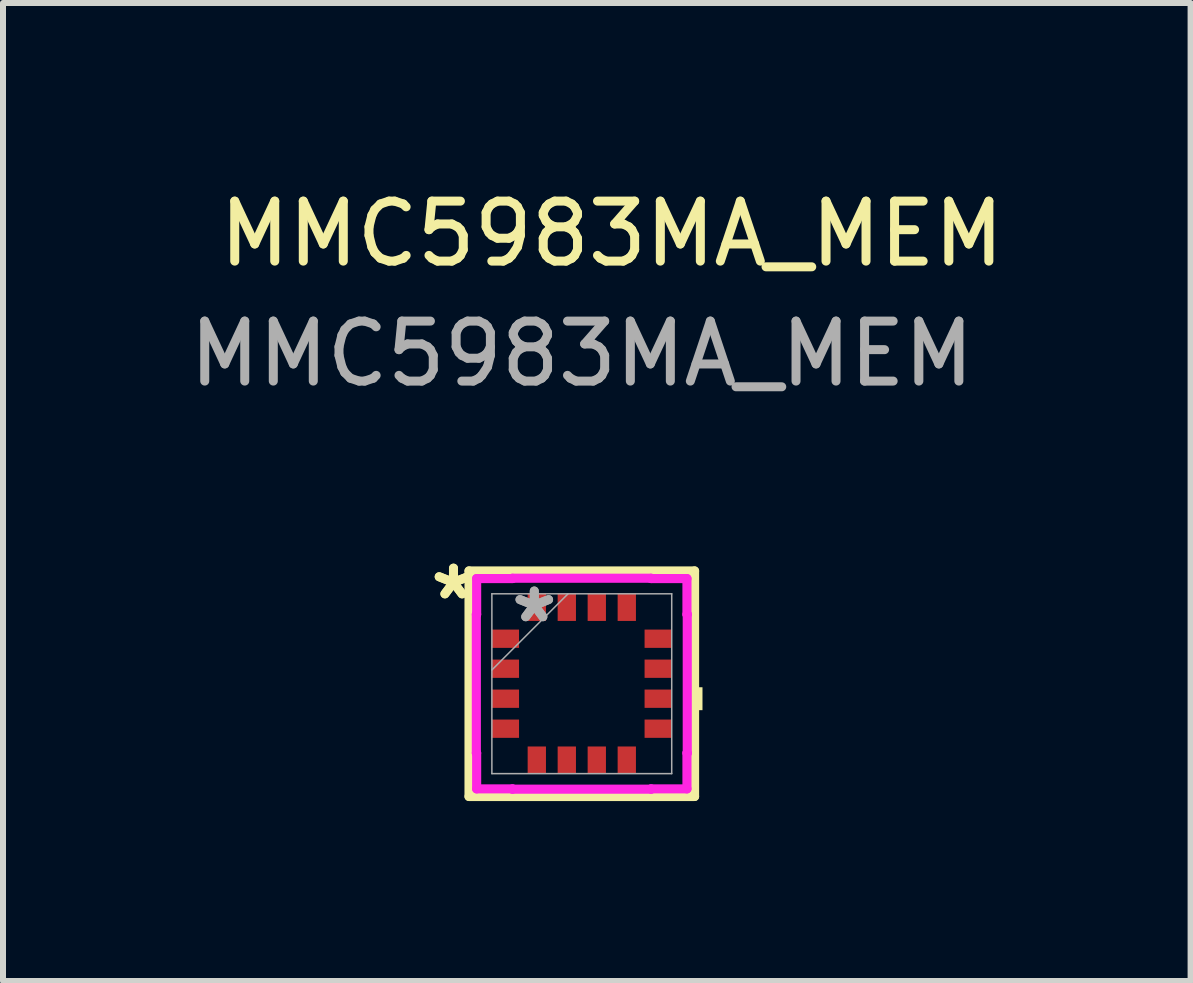
<source format=kicad_pcb>
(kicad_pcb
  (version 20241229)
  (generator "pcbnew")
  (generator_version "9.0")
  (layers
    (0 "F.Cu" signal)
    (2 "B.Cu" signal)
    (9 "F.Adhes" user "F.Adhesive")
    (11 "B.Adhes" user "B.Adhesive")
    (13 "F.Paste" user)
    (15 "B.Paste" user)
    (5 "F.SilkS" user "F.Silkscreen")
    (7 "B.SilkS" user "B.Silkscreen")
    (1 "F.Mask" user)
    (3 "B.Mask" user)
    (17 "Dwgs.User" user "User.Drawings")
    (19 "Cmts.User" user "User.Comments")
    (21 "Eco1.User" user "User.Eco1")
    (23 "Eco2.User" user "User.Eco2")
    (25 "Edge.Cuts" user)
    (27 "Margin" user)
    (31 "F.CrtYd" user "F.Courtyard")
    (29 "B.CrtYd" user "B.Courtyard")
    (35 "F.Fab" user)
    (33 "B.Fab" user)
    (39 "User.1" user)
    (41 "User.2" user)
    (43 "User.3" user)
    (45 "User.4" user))
  (footprint "MMC5983MA_MEM"
    (layer "F.Cu")
    (at 6.649 8.348)
    (property "Reference" "MMC5983MA_MEM" (at 0.5 -7.5 0) (unlocked yes) (layer "F.SilkS") (effects (font (size 1 1) (thickness 0.15))))
    (attr smd)
    (fp_line (start -1.88 -1.88) (end -1.88 1.88) (stroke (width 0.152) (type solid)) (layer "F.SilkS"))
    (fp_line (start -1.88 1.88) (end 1.88 1.88) (stroke (width 0.152) (type solid)) (layer "F.SilkS"))
    (fp_line (start 1.88 -1.88) (end -1.88 -1.88) (stroke (width 0.152) (type solid)) (layer "F.SilkS"))
    (fp_line (start 1.88 1.88) (end 1.88 -1.88) (stroke (width 0.152) (type solid)) (layer "F.SilkS"))
    (fp_poly (pts (xy 2.012 0.059) (xy 2.012 0.441) (xy 1.758 0.441) (xy 1.758 0.059)) (stroke (width 0) (type solid)) (fill yes) (layer "F.SilkS"))
    (fp_line (start -1.758 -1.156) (end -1.753 -1.156) (stroke (width 0.152) (type solid)) (layer "F.CrtYd"))
    (fp_line (start -1.758 1.156) (end -1.758 -1.156) (stroke (width 0.152) (type solid)) (layer "F.CrtYd"))
    (fp_line (start -1.753 -1.753) (end -1.156 -1.753) (stroke (width 0.152) (type solid)) (layer "F.CrtYd"))
    (fp_line (start -1.753 -1.156) (end -1.753 -1.753) (stroke (width 0.152) (type solid)) (layer "F.CrtYd"))
    (fp_line (start -1.753 1.156) (end -1.758 1.156) (stroke (width 0.152) (type solid)) (layer "F.CrtYd"))
    (fp_line (start -1.753 1.753) (end -1.753 1.156) (stroke (width 0.152) (type solid)) (layer "F.CrtYd"))
    (fp_line (start -1.156 -1.758) (end 1.156 -1.758) (stroke (width 0.152) (type solid)) (layer "F.CrtYd"))
    (fp_line (start -1.156 -1.753) (end -1.156 -1.758) (stroke (width 0.152) (type solid)) (layer "F.CrtYd"))
    (fp_line (start -1.156 1.753) (end -1.753 1.753) (stroke (width 0.152) (type solid)) (layer "F.CrtYd"))
    (fp_line (start -1.156 1.758) (end -1.156 1.753) (stroke (width 0.152) (type solid)) (layer "F.CrtYd"))
    (fp_line (start 1.156 -1.758) (end 1.156 -1.753) (stroke (width 0.152) (type solid)) (layer "F.CrtYd"))
    (fp_line (start 1.156 -1.753) (end 1.753 -1.753) (stroke (width 0.152) (type solid)) (layer "F.CrtYd"))
    (fp_line (start 1.156 1.753) (end 1.156 1.758) (stroke (width 0.152) (type solid)) (layer "F.CrtYd"))
    (fp_line (start 1.156 1.758) (end -1.156 1.758) (stroke (width 0.152) (type solid)) (layer "F.CrtYd"))
    (fp_line (start 1.753 -1.753) (end 1.753 -1.156) (stroke (width 0.152) (type solid)) (layer "F.CrtYd"))
    (fp_line (start 1.753 -1.156) (end 1.758 -1.156) (stroke (width 0.152) (type solid)) (layer "F.CrtYd"))
    (fp_line (start 1.753 1.156) (end 1.753 1.753) (stroke (width 0.152) (type solid)) (layer "F.CrtYd"))
    (fp_line (start 1.753 1.753) (end 1.156 1.753) (stroke (width 0.152) (type solid)) (layer "F.CrtYd"))
    (fp_line (start 1.758 -1.156) (end 1.758 1.156) (stroke (width 0.152) (type solid)) (layer "F.CrtYd"))
    (fp_line (start 1.758 1.156) (end 1.753 1.156) (stroke (width 0.152) (type solid)) (layer "F.CrtYd"))
    (fp_line (start -1.499 -1.499) (end -1.499 1.499) (stroke (width 0.025) (type solid)) (layer "F.Fab"))
    (fp_line (start -1.499 -0.229) (end -0.229 -1.499) (stroke (width 0.025) (type solid)) (layer "F.Fab"))
    (fp_line (start -1.499 1.499) (end 1.499 1.499) (stroke (width 0.025) (type solid)) (layer "F.Fab"))
    (fp_line (start 1.499 -1.499) (end -1.499 -1.499) (stroke (width 0.025) (type solid)) (layer "F.Fab"))
    (fp_line (start 1.499 1.499) (end 1.499 -1.499) (stroke (width 0.025) (type solid)) (layer "F.Fab"))
    (fp_text user "*" (at -2.139 -1.381 0) (unlocked yes) (layer "F.SilkS") (effects (font (size 1 1) (thickness 0.15))))
    (fp_text user "*" (at -2.139 -1.381 0) (layer "F.SilkS") (effects (font (size 1 1) (thickness 0.15))))
    (fp_text user "*" (at -0.792 -1 0) (layer "F.Fab") (effects (font (size 1 1) (thickness 0.15))))
    (fp_text user "*" (at -0.792 -1 0) (unlocked yes) (layer "F.Fab") (effects (font (size 1 1) (thickness 0.15))))
    (fp_text user "${REFERENCE}" (at 0 -5.5 0) (unlocked yes) (layer "F.Fab") (effects (font (size 1 1) (thickness 0.15))))
    (pad "1" smd rect (at -1.275 -0.75 90) (size 0.305 0.457) (layers "F.Cu" "F.Mask" "F.Paste"))
    (pad "2" smd rect (at -1.275 -0.25 90) (size 0.305 0.457) (layers "F.Cu" "F.Mask" "F.Paste"))
    (pad "3" smd rect (at -1.275 0.25 90) (size 0.305 0.457) (layers "F.Cu" "F.Mask" "F.Paste"))
    (pad "4" smd rect (at -1.275 0.75 90) (size 0.305 0.457) (layers "F.Cu" "F.Mask" "F.Paste"))
    (pad "5" smd rect (at -0.75 1.275) (size 0.305 0.457) (layers "F.Cu" "F.Mask" "F.Paste"))
    (pad "6" smd rect (at -0.25 1.275) (size 0.305 0.457) (layers "F.Cu" "F.Mask" "F.Paste"))
    (pad "7" smd rect (at 0.25 1.275) (size 0.305 0.457) (layers "F.Cu" "F.Mask" "F.Paste"))
    (pad "8" smd rect (at 0.75 1.275) (size 0.305 0.457) (layers "F.Cu" "F.Mask" "F.Paste"))
    (pad "9" smd rect (at 1.275 0.75 90) (size 0.305 0.457) (layers "F.Cu" "F.Mask" "F.Paste"))
    (pad "10" smd rect (at 1.275 0.25 90) (size 0.305 0.457) (layers "F.Cu" "F.Mask" "F.Paste"))
    (pad "11" smd rect (at 1.275 -0.25 90) (size 0.305 0.457) (layers "F.Cu" "F.Mask" "F.Paste"))
    (pad "12" smd rect (at 1.275 -0.75 90) (size 0.305 0.457) (layers "F.Cu" "F.Mask" "F.Paste"))
    (pad "13" smd rect (at 0.75 -1.275) (size 0.305 0.457) (layers "F.Cu" "F.Mask" "F.Paste"))
    (pad "14" smd rect (at 0.25 -1.275) (size 0.305 0.457) (layers "F.Cu" "F.Mask" "F.Paste"))
    (pad "15" smd rect (at -0.25 -1.275) (size 0.305 0.457) (layers "F.Cu" "F.Mask" "F.Paste"))
    (pad "16" smd rect (at -0.75 -1.275) (size 0.305 0.457) (layers "F.Cu" "F.Mask" "F.Paste")))
  (gr_rect
    (start -3 -3)
    (end 16.798 13.304)
    (stroke (width 0.1) (type default))
    (fill no)
    (layer "Edge.Cuts")))
</source>
